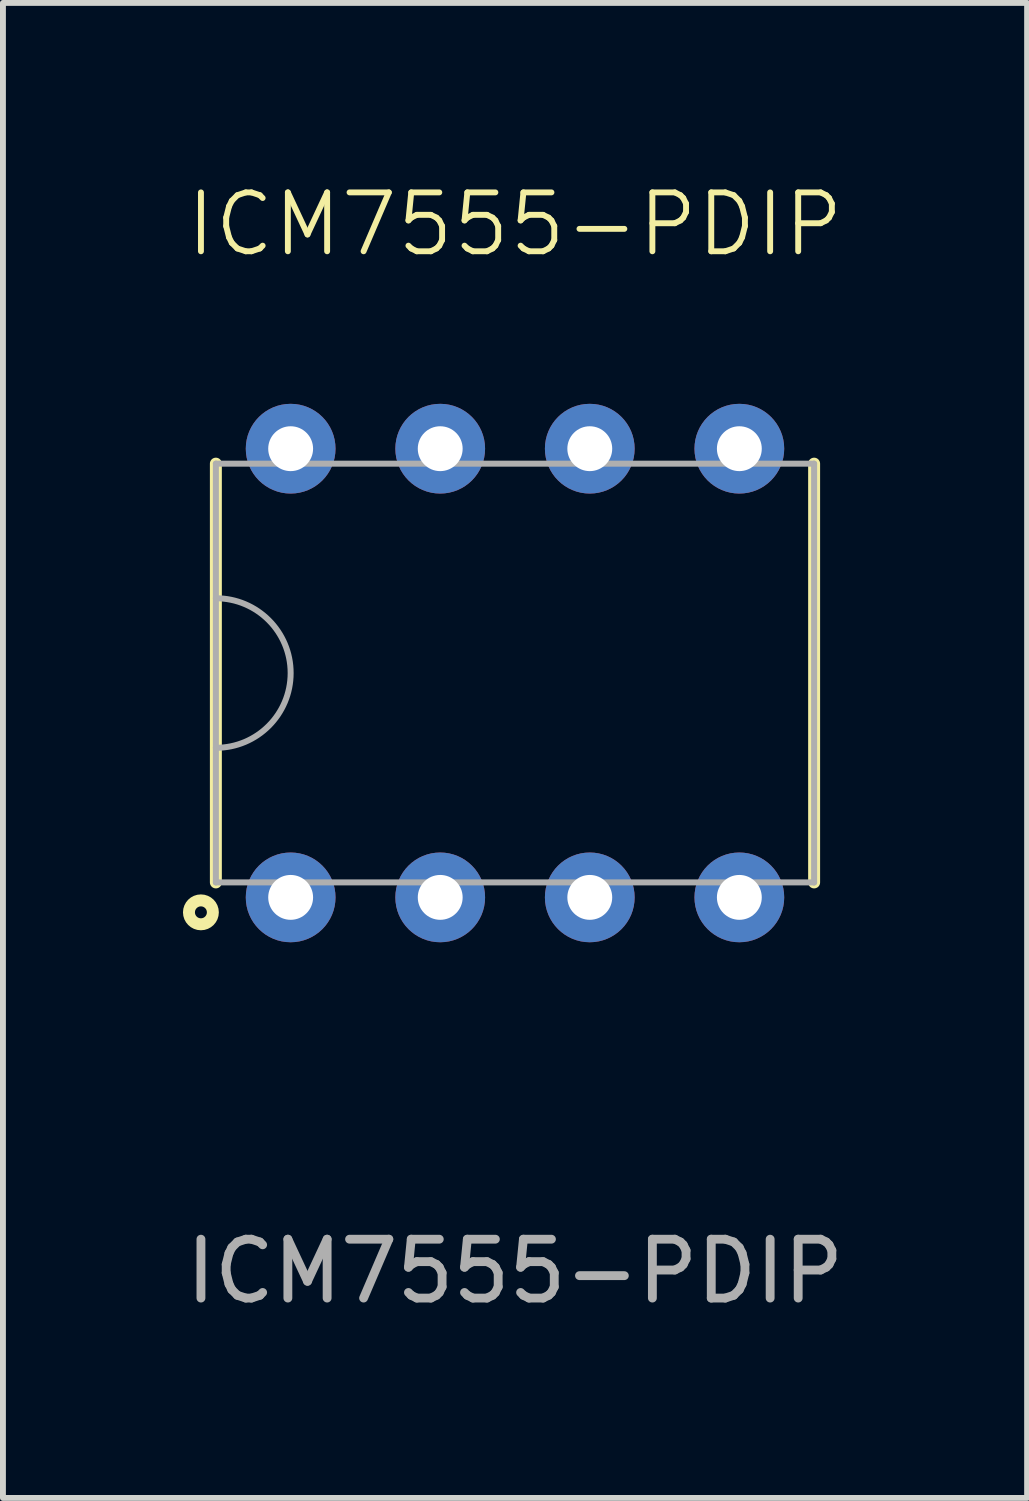
<source format=kicad_pcb>
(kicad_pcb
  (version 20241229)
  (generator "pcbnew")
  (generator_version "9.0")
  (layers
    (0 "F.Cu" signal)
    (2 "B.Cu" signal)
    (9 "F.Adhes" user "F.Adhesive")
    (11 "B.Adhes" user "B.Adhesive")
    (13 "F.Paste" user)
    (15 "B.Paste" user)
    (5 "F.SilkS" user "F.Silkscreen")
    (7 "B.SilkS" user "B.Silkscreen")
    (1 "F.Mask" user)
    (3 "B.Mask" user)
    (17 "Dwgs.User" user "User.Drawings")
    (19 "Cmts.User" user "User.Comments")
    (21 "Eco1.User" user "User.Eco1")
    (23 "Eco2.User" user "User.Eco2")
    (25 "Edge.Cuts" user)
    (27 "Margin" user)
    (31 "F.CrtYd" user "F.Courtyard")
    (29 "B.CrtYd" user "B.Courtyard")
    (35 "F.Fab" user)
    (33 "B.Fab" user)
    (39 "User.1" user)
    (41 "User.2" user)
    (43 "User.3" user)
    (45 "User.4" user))
  (footprint "ICM7555-PDIP"
    (layer "F.Cu")
    (at 5.696 8.38)
    (property "Reference" "ICM7555-PDIP" (at 0 -7.62 0) (unlocked yes) (layer "F.SilkS") (effects (font (size 1 1) (thickness 0.1))))
    (attr smd)
    (fp_line (start -5.08 -2.54) (end -5.08 2.54) (stroke (width 0.1) (type default)) (layer "F.SilkS"))
    (fp_line (start -5.08 3.556) (end -5.08 -3.556) (stroke (width 0.203) (type default)) (layer "F.SilkS"))
    (fp_line (start 5.08 -3.556) (end 5.08 3.556) (stroke (width 0.203) (type default)) (layer "F.SilkS"))
    (fp_circle (center -5.334 4.064) (end -5.131 4.064) (stroke (width 0.203) (type solid)) (fill no) (layer "F.SilkS"))
    (fp_line (start -5.08 3.556) (end -5.08 -3.556) (stroke (width 0.102) (type default)) (layer "F.Fab"))
    (fp_line (start -5.08 3.556) (end 5.08 3.556) (stroke (width 0.102) (type default)) (layer "F.Fab"))
    (fp_line (start 5.08 -3.556) (end -5.08 -3.556) (stroke (width 0.102) (type default)) (layer "F.Fab"))
    (fp_line (start 5.08 -3.556) (end 5.08 3.556) (stroke (width 0.102) (type default)) (layer "F.Fab"))
    (fp_arc (start -5.08 -1.27) (mid -3.81 0) (end -5.08 1.27) (stroke (width 0.1016) (type default)) (layer "F.Fab"))
    (fp_text user "${REFERENCE}" (at 0 10.16 0) (unlocked yes) (layer "F.Fab") (effects (font (size 1 1) (thickness 0.15))))
    (pad "1" thru_hole circle (at -3.81 3.81) (size 1.524 1.524) (drill 0.762) (layers "*.Cu" "*.Mask"))
    (pad "2" thru_hole circle (at -1.27 3.81) (size 1.524 1.524) (drill 0.762) (layers "*.Cu" "*.Mask"))
    (pad "3" thru_hole circle (at 1.27 3.81) (size 1.524 1.524) (drill 0.762) (layers "*.Cu" "*.Mask"))
    (pad "4" thru_hole circle (at 3.81 3.81) (size 1.524 1.524) (drill 0.762) (layers "*.Cu" "*.Mask"))
    (pad "5" thru_hole circle (at 3.81 -3.81) (size 1.524 1.524) (drill 0.762) (layers "*.Cu" "*.Mask"))
    (pad "6" thru_hole circle (at 1.27 -3.81) (size 1.524 1.524) (drill 0.762) (layers "*.Cu" "*.Mask"))
    (pad "7" thru_hole circle (at -1.27 -3.81) (size 1.524 1.524) (drill 0.762) (layers "*.Cu" "*.Mask"))
    (pad "8" thru_hole circle (at -3.81 -3.81) (size 1.524 1.524) (drill 0.762) (layers "*.Cu" "*.Mask")))
  (gr_rect
    (start -3 -3)
    (end 14.393 22.389)
    (stroke (width 0.1) (type default))
    (fill no)
    (layer "Edge.Cuts")))
</source>
